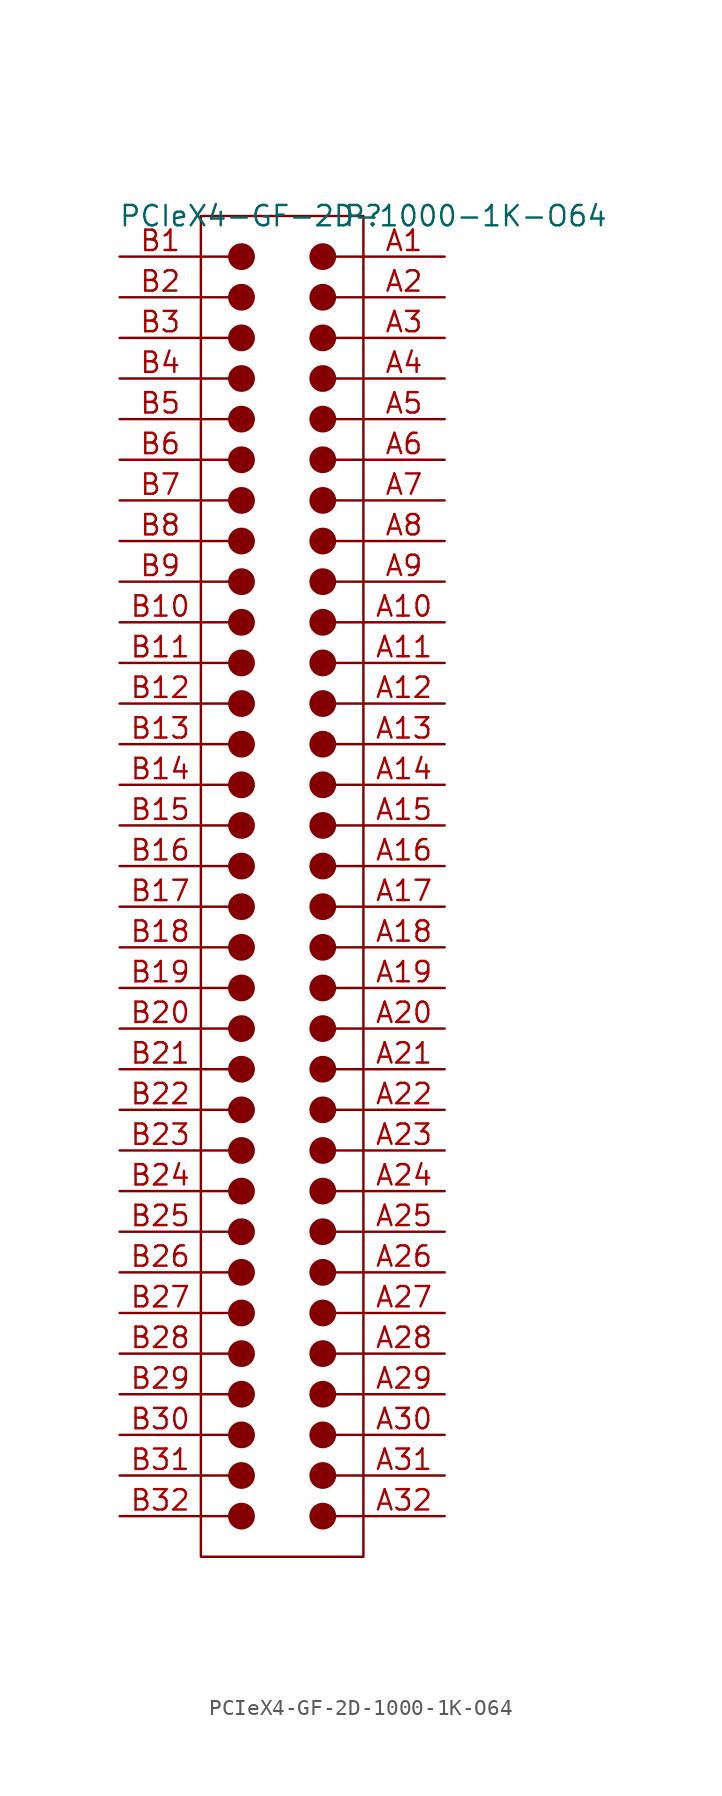
<source format=kicad_sym>
(kicad_symbol_lib
  (version 20241209)
  (generator "kicad_symbol_editor")
  (generator_version "8.99")
  (symbol "PCIeX4-GF-2D-1000-1K-O64"
    (pin_names
      (hide yes))
    (property "Reference" "P"
      (at 0 0 0)
      (effects (font (size 1.27 1.27))))
    (property "Value" "PCIeX4-GF-2D-1000-1K-O64"
      (at 0 0 0)
      (effects (font (size 1.27 1.27))))
    (symbol "PCIeX4-GF-2D-1000-1K-O64_1_0"
      (polyline (pts (xy -10.16 -2.54) (xy -8.382 -2.54)) (stroke (width 0) (type solid)) (fill (type none)))
      (polyline (pts (xy -10.16 -5.08) (xy -8.382 -5.08)) (stroke (width 0) (type solid)) (fill (type none)))
      (polyline (pts (xy -10.16 -7.62) (xy -8.382 -7.62)) (stroke (width 0) (type solid)) (fill (type none)))
      (polyline (pts (xy -10.16 -10.16) (xy -8.382 -10.16)) (stroke (width 0) (type solid)) (fill (type none)))
      (polyline (pts (xy -10.16 -12.7) (xy -8.382 -12.7)) (stroke (width 0) (type solid)) (fill (type none)))
      (polyline (pts (xy -10.16 -15.24) (xy -8.382 -15.24)) (stroke (width 0) (type solid)) (fill (type none)))
      (polyline (pts (xy -10.16 -17.78) (xy -8.382 -17.78)) (stroke (width 0) (type solid)) (fill (type none)))
      (polyline (pts (xy -10.16 -20.32) (xy -8.382 -20.32)) (stroke (width 0) (type solid)) (fill (type none)))
      (polyline (pts (xy -10.16 -22.86) (xy -8.382 -22.86)) (stroke (width 0) (type solid)) (fill (type none)))
      (polyline (pts (xy -10.16 -25.4) (xy -8.382 -25.4)) (stroke (width 0) (type solid)) (fill (type none)))
      (polyline (pts (xy -10.16 -27.94) (xy -8.382 -27.94)) (stroke (width 0) (type solid)) (fill (type none)))
      (polyline (pts (xy -10.16 -30.48) (xy -8.382 -30.48)) (stroke (width 0) (type solid)) (fill (type none)))
      (polyline (pts (xy -10.16 -33.02) (xy -8.382 -33.02)) (stroke (width 0) (type solid)) (fill (type none)))
      (polyline (pts (xy -10.16 -35.56) (xy -8.382 -35.56)) (stroke (width 0) (type solid)) (fill (type none)))
      (polyline (pts (xy -10.16 -38.1) (xy -8.382 -38.1)) (stroke (width 0) (type solid)) (fill (type none)))
      (polyline (pts (xy -10.16 -40.64) (xy -8.382 -40.64)) (stroke (width 0) (type solid)) (fill (type none)))
      (polyline (pts (xy -10.16 -43.18) (xy -8.382 -43.18)) (stroke (width 0) (type solid)) (fill (type none)))
      (polyline (pts (xy -10.16 -45.72) (xy -8.382 -45.72)) (stroke (width 0) (type solid)) (fill (type none)))
      (polyline (pts (xy -10.16 -48.26) (xy -8.382 -48.26)) (stroke (width 0) (type solid)) (fill (type none)))
      (polyline (pts (xy -10.16 -50.8) (xy -8.382 -50.8)) (stroke (width 0) (type solid)) (fill (type none)))
      (polyline (pts (xy -10.16 -53.34) (xy -8.382 -53.34)) (stroke (width 0) (type solid)) (fill (type none)))
      (polyline (pts (xy -10.16 -55.88) (xy -8.382 -55.88)) (stroke (width 0) (type solid)) (fill (type none)))
      (polyline (pts (xy -10.16 -58.42) (xy -8.382 -58.42)) (stroke (width 0) (type solid)) (fill (type none)))
      (polyline (pts (xy -10.16 -60.96) (xy -8.382 -60.96)) (stroke (width 0) (type solid)) (fill (type none)))
      (polyline (pts (xy -10.16 -63.5) (xy -8.382 -63.5)) (stroke (width 0) (type solid)) (fill (type none)))
      (polyline (pts (xy -10.16 -66.04) (xy -8.382 -66.04)) (stroke (width 0) (type solid)) (fill (type none)))
      (polyline (pts (xy -10.16 -68.58) (xy -8.382 -68.58)) (stroke (width 0) (type solid)) (fill (type none)))
      (polyline (pts (xy -10.16 -71.12) (xy -8.382 -71.12)) (stroke (width 0) (type solid)) (fill (type none)))
      (polyline (pts (xy -10.16 -73.66) (xy -8.382 -73.66)) (stroke (width 0) (type solid)) (fill (type none)))
      (polyline (pts (xy -10.16 -76.2) (xy -8.382 -76.2)) (stroke (width 0) (type solid)) (fill (type none)))
      (polyline (pts (xy -10.16 -78.74) (xy -8.382 -78.74)) (stroke (width 0) (type solid)) (fill (type none)))
      (polyline (pts (xy -10.16 -81.28) (xy -8.382 -81.28)) (stroke (width 0) (type solid)) (fill (type none)))
      (circle (center -7.62 -2.54) (radius 0.762) (stroke (width 0) (type solid)) (fill (type outline)))
      (circle (center -7.62 -5.08) (radius 0.762) (stroke (width 0) (type solid)) (fill (type outline)))
      (circle (center -7.62 -7.62) (radius 0.762) (stroke (width 0) (type solid)) (fill (type outline)))
      (circle (center -7.62 -10.16) (radius 0.762) (stroke (width 0) (type solid)) (fill (type outline)))
      (circle (center -7.62 -12.7) (radius 0.762) (stroke (width 0) (type solid)) (fill (type outline)))
      (circle (center -7.62 -15.24) (radius 0.762) (stroke (width 0) (type solid)) (fill (type outline)))
      (circle (center -7.62 -17.78) (radius 0.762) (stroke (width 0) (type solid)) (fill (type outline)))
      (circle (center -7.62 -20.32) (radius 0.762) (stroke (width 0) (type solid)) (fill (type outline)))
      (circle (center -7.62 -22.86) (radius 0.762) (stroke (width 0) (type solid)) (fill (type outline)))
      (circle (center -7.62 -25.4) (radius 0.762) (stroke (width 0) (type solid)) (fill (type outline)))
      (circle (center -7.62 -27.94) (radius 0.762) (stroke (width 0) (type solid)) (fill (type outline)))
      (circle (center -7.62 -30.48) (radius 0.762) (stroke (width 0) (type solid)) (fill (type outline)))
      (circle (center -7.62 -33.02) (radius 0.762) (stroke (width 0) (type solid)) (fill (type outline)))
      (circle (center -7.62 -35.56) (radius 0.762) (stroke (width 0) (type solid)) (fill (type outline)))
      (circle (center -7.62 -38.1) (radius 0.762) (stroke (width 0) (type solid)) (fill (type outline)))
      (circle (center -7.62 -40.64) (radius 0.762) (stroke (width 0) (type solid)) (fill (type outline)))
      (circle (center -7.62 -43.18) (radius 0.762) (stroke (width 0) (type solid)) (fill (type outline)))
      (circle (center -7.62 -45.72) (radius 0.762) (stroke (width 0) (type solid)) (fill (type outline)))
      (circle (center -7.62 -48.26) (radius 0.762) (stroke (width 0) (type solid)) (fill (type outline)))
      (circle (center -7.62 -50.8) (radius 0.762) (stroke (width 0) (type solid)) (fill (type outline)))
      (circle (center -7.62 -53.34) (radius 0.762) (stroke (width 0) (type solid)) (fill (type outline)))
      (circle (center -7.62 -55.88) (radius 0.762) (stroke (width 0) (type solid)) (fill (type outline)))
      (circle (center -7.62 -58.42) (radius 0.762) (stroke (width 0) (type solid)) (fill (type outline)))
      (circle (center -7.62 -60.96) (radius 0.762) (stroke (width 0) (type solid)) (fill (type outline)))
      (circle (center -7.62 -63.5) (radius 0.762) (stroke (width 0) (type solid)) (fill (type outline)))
      (circle (center -7.62 -66.04) (radius 0.762) (stroke (width 0) (type solid)) (fill (type outline)))
      (circle (center -7.62 -68.58) (radius 0.762) (stroke (width 0) (type solid)) (fill (type outline)))
      (circle (center -7.62 -71.12) (radius 0.762) (stroke (width 0) (type solid)) (fill (type outline)))
      (circle (center -7.62 -73.66) (radius 0.762) (stroke (width 0) (type solid)) (fill (type outline)))
      (circle (center -7.62 -76.2) (radius 0.762) (stroke (width 0) (type solid)) (fill (type outline)))
      (circle (center -7.62 -78.74) (radius 0.762) (stroke (width 0) (type solid)) (fill (type outline)))
      (circle (center -7.62 -81.28) (radius 0.762) (stroke (width 0) (type solid)) (fill (type outline)))
      (circle (center -2.54 -2.54) (radius 0.762) (stroke (width 0) (type solid)) (fill (type outline)))
      (circle (center -2.54 -5.08) (radius 0.762) (stroke (width 0) (type solid)) (fill (type outline)))
      (circle (center -2.54 -7.62) (radius 0.762) (stroke (width 0) (type solid)) (fill (type outline)))
      (circle (center -2.54 -10.16) (radius 0.762) (stroke (width 0) (type solid)) (fill (type outline)))
      (circle (center -2.54 -12.7) (radius 0.762) (stroke (width 0) (type solid)) (fill (type outline)))
      (circle (center -2.54 -15.24) (radius 0.762) (stroke (width 0) (type solid)) (fill (type outline)))
      (circle (center -2.54 -17.78) (radius 0.762) (stroke (width 0) (type solid)) (fill (type outline)))
      (circle (center -2.54 -20.32) (radius 0.762) (stroke (width 0) (type solid)) (fill (type outline)))
      (circle (center -2.54 -22.86) (radius 0.762) (stroke (width 0) (type solid)) (fill (type outline)))
      (circle (center -2.54 -25.4) (radius 0.762) (stroke (width 0) (type solid)) (fill (type outline)))
      (circle (center -2.54 -27.94) (radius 0.762) (stroke (width 0) (type solid)) (fill (type outline)))
      (circle (center -2.54 -30.48) (radius 0.762) (stroke (width 0) (type solid)) (fill (type outline)))
      (circle (center -2.54 -33.02) (radius 0.762) (stroke (width 0) (type solid)) (fill (type outline)))
      (circle (center -2.54 -35.56) (radius 0.762) (stroke (width 0) (type solid)) (fill (type outline)))
      (circle (center -2.54 -38.1) (radius 0.762) (stroke (width 0) (type solid)) (fill (type outline)))
      (circle (center -2.54 -40.64) (radius 0.762) (stroke (width 0) (type solid)) (fill (type outline)))
      (circle (center -2.54 -43.18) (radius 0.762) (stroke (width 0) (type solid)) (fill (type outline)))
      (circle (center -2.54 -45.72) (radius 0.762) (stroke (width 0) (type solid)) (fill (type outline)))
      (circle (center -2.54 -48.26) (radius 0.762) (stroke (width 0) (type solid)) (fill (type outline)))
      (circle (center -2.54 -50.8) (radius 0.762) (stroke (width 0) (type solid)) (fill (type outline)))
      (circle (center -2.54 -53.34) (radius 0.762) (stroke (width 0) (type solid)) (fill (type outline)))
      (circle (center -2.54 -55.88) (radius 0.762) (stroke (width 0) (type solid)) (fill (type outline)))
      (circle (center -2.54 -58.42) (radius 0.762) (stroke (width 0) (type solid)) (fill (type outline)))
      (circle (center -2.54 -60.96) (radius 0.762) (stroke (width 0) (type solid)) (fill (type outline)))
      (circle (center -2.54 -63.5) (radius 0.762) (stroke (width 0) (type solid)) (fill (type outline)))
      (circle (center -2.54 -66.04) (radius 0.762) (stroke (width 0) (type solid)) (fill (type outline)))
      (circle (center -2.54 -68.58) (radius 0.762) (stroke (width 0) (type solid)) (fill (type outline)))
      (circle (center -2.54 -71.12) (radius 0.762) (stroke (width 0) (type solid)) (fill (type outline)))
      (circle (center -2.54 -73.66) (radius 0.762) (stroke (width 0) (type solid)) (fill (type outline)))
      (circle (center -2.54 -76.2) (radius 0.762) (stroke (width 0) (type solid)) (fill (type outline)))
      (circle (center -2.54 -78.74) (radius 0.762) (stroke (width 0) (type solid)) (fill (type outline)))
      (circle (center -2.54 -81.28) (radius 0.762) (stroke (width 0) (type solid)) (fill (type outline)))
      (rectangle (start 0 0) (end -10.16 -83.82) (stroke (width 0) (type solid)) (fill (type none)))
      (polyline (pts (xy 0 -2.54) (xy -1.778 -2.54)) (stroke (width 0) (type solid)) (fill (type none)))
      (polyline (pts (xy 0 -5.08) (xy -1.778 -5.08)) (stroke (width 0) (type solid)) (fill (type none)))
      (polyline (pts (xy 0 -7.62) (xy -1.778 -7.62)) (stroke (width 0) (type solid)) (fill (type none)))
      (polyline (pts (xy 0 -10.16) (xy -1.778 -10.16)) (stroke (width 0) (type solid)) (fill (type none)))
      (polyline (pts (xy 0 -12.7) (xy -1.778 -12.7)) (stroke (width 0) (type solid)) (fill (type none)))
      (polyline (pts (xy 0 -15.24) (xy -1.778 -15.24)) (stroke (width 0) (type solid)) (fill (type none)))
      (polyline (pts (xy 0 -17.78) (xy -1.778 -17.78)) (stroke (width 0) (type solid)) (fill (type none)))
      (polyline (pts (xy 0 -20.32) (xy -1.778 -20.32)) (stroke (width 0) (type solid)) (fill (type none)))
      (polyline (pts (xy 0 -22.86) (xy -1.778 -22.86)) (stroke (width 0) (type solid)) (fill (type none)))
      (polyline (pts (xy 0 -25.4) (xy -1.778 -25.4)) (stroke (width 0) (type solid)) (fill (type none)))
      (polyline (pts (xy 0 -27.94) (xy -1.778 -27.94)) (stroke (width 0) (type solid)) (fill (type none)))
      (polyline (pts (xy 0 -30.48) (xy -1.778 -30.48)) (stroke (width 0) (type solid)) (fill (type none)))
      (polyline (pts (xy 0 -33.02) (xy -1.778 -33.02)) (stroke (width 0) (type solid)) (fill (type none)))
      (polyline (pts (xy 0 -35.56) (xy -1.778 -35.56)) (stroke (width 0) (type solid)) (fill (type none)))
      (polyline (pts (xy 0 -38.1) (xy -1.778 -38.1)) (stroke (width 0) (type solid)) (fill (type none)))
      (polyline (pts (xy 0 -40.64) (xy -1.778 -40.64)) (stroke (width 0) (type solid)) (fill (type none)))
      (polyline (pts (xy 0 -43.18) (xy -1.778 -43.18)) (stroke (width 0) (type solid)) (fill (type none)))
      (polyline (pts (xy 0 -45.72) (xy -1.778 -45.72)) (stroke (width 0) (type solid)) (fill (type none)))
      (polyline (pts (xy 0 -48.26) (xy -1.778 -48.26)) (stroke (width 0) (type solid)) (fill (type none)))
      (polyline (pts (xy 0 -50.8) (xy -1.778 -50.8)) (stroke (width 0) (type solid)) (fill (type none)))
      (polyline (pts (xy 0 -53.34) (xy -1.778 -53.34)) (stroke (width 0) (type solid)) (fill (type none)))
      (polyline (pts (xy 0 -55.88) (xy -1.778 -55.88)) (stroke (width 0) (type solid)) (fill (type none)))
      (polyline (pts (xy 0 -58.42) (xy -1.778 -58.42)) (stroke (width 0) (type solid)) (fill (type none)))
      (polyline (pts (xy 0 -60.96) (xy -1.778 -60.96)) (stroke (width 0) (type solid)) (fill (type none)))
      (polyline (pts (xy 0 -63.5) (xy -1.778 -63.5)) (stroke (width 0) (type solid)) (fill (type none)))
      (polyline (pts (xy 0 -66.04) (xy -1.778 -66.04)) (stroke (width 0) (type solid)) (fill (type none)))
      (polyline (pts (xy 0 -68.58) (xy -1.778 -68.58)) (stroke (width 0) (type solid)) (fill (type none)))
      (polyline (pts (xy 0 -71.12) (xy -1.778 -71.12)) (stroke (width 0) (type solid)) (fill (type none)))
      (polyline (pts (xy 0 -73.66) (xy -1.778 -73.66)) (stroke (width 0) (type solid)) (fill (type none)))
      (polyline (pts (xy 0 -76.2) (xy -1.778 -76.2)) (stroke (width 0) (type solid)) (fill (type none)))
      (polyline (pts (xy 0 -78.74) (xy -1.778 -78.74)) (stroke (width 0) (type solid)) (fill (type none)))
      (polyline (pts (xy 0 -81.28) (xy -1.778 -81.28)) (stroke (width 0) (type solid)) (fill (type none)))
      (pin passive line (at -15.24 -2.54 0) (length 5.08) (name "B1" (effects (font (size 1.27 1.27)))) (number "B1" (effects (font (size 1.27 1.27)))))
      (pin passive line (at -15.24 -5.08 0) (length 5.08) (name "B2" (effects (font (size 1.27 1.27)))) (number "B2" (effects (font (size 1.27 1.27)))))
      (pin passive line (at -15.24 -7.62 0) (length 5.08) (name "B3" (effects (font (size 1.27 1.27)))) (number "B3" (effects (font (size 1.27 1.27)))))
      (pin passive line (at -15.24 -10.16 0) (length 5.08) (name "B4" (effects (font (size 1.27 1.27)))) (number "B4" (effects (font (size 1.27 1.27)))))
      (pin passive line (at -15.24 -12.7 0) (length 5.08) (name "B5" (effects (font (size 1.27 1.27)))) (number "B5" (effects (font (size 1.27 1.27)))))
      (pin passive line (at -15.24 -15.24 0) (length 5.08) (name "B6" (effects (font (size 1.27 1.27)))) (number "B6" (effects (font (size 1.27 1.27)))))
      (pin passive line (at -15.24 -17.78 0) (length 5.08) (name "B7" (effects (font (size 1.27 1.27)))) (number "B7" (effects (font (size 1.27 1.27)))))
      (pin passive line (at -15.24 -20.32 0) (length 5.08) (name "B8" (effects (font (size 1.27 1.27)))) (number "B8" (effects (font (size 1.27 1.27)))))
      (pin passive line (at -15.24 -22.86 0) (length 5.08) (name "B9" (effects (font (size 1.27 1.27)))) (number "B9" (effects (font (size 1.27 1.27)))))
      (pin passive line (at -15.24 -25.4 0) (length 5.08) (name "B10" (effects (font (size 1.27 1.27)))) (number "B10" (effects (font (size 1.27 1.27)))))
      (pin passive line (at -15.24 -27.94 0) (length 5.08) (name "B11" (effects (font (size 1.27 1.27)))) (number "B11" (effects (font (size 1.27 1.27)))))
      (pin passive line (at -15.24 -30.48 0) (length 5.08) (name "B12" (effects (font (size 1.27 1.27)))) (number "B12" (effects (font (size 1.27 1.27)))))
      (pin passive line (at -15.24 -33.02 0) (length 5.08) (name "B13" (effects (font (size 1.27 1.27)))) (number "B13" (effects (font (size 1.27 1.27)))))
      (pin passive line (at -15.24 -35.56 0) (length 5.08) (name "B14" (effects (font (size 1.27 1.27)))) (number "B14" (effects (font (size 1.27 1.27)))))
      (pin passive line (at -15.24 -38.1 0) (length 5.08) (name "B15" (effects (font (size 1.27 1.27)))) (number "B15" (effects (font (size 1.27 1.27)))))
      (pin passive line (at -15.24 -40.64 0) (length 5.08) (name "B16" (effects (font (size 1.27 1.27)))) (number "B16" (effects (font (size 1.27 1.27)))))
      (pin passive line (at -15.24 -43.18 0) (length 5.08) (name "B17" (effects (font (size 1.27 1.27)))) (number "B17" (effects (font (size 1.27 1.27)))))
      (pin passive line (at -15.24 -45.72 0) (length 5.08) (name "B18" (effects (font (size 1.27 1.27)))) (number "B18" (effects (font (size 1.27 1.27)))))
      (pin passive line (at -15.24 -48.26 0) (length 5.08) (name "B19" (effects (font (size 1.27 1.27)))) (number "B19" (effects (font (size 1.27 1.27)))))
      (pin passive line (at -15.24 -50.8 0) (length 5.08) (name "B20" (effects (font (size 1.27 1.27)))) (number "B20" (effects (font (size 1.27 1.27)))))
      (pin passive line (at -15.24 -53.34 0) (length 5.08) (name "B21" (effects (font (size 1.27 1.27)))) (number "B21" (effects (font (size 1.27 1.27)))))
      (pin passive line (at -15.24 -55.88 0) (length 5.08) (name "B22" (effects (font (size 1.27 1.27)))) (number "B22" (effects (font (size 1.27 1.27)))))
      (pin passive line (at -15.24 -58.42 0) (length 5.08) (name "B23" (effects (font (size 1.27 1.27)))) (number "B23" (effects (font (size 1.27 1.27)))))
      (pin passive line (at -15.24 -60.96 0) (length 5.08) (name "B24" (effects (font (size 1.27 1.27)))) (number "B24" (effects (font (size 1.27 1.27)))))
      (pin passive line (at -15.24 -63.5 0) (length 5.08) (name "B25" (effects (font (size 1.27 1.27)))) (number "B25" (effects (font (size 1.27 1.27)))))
      (pin passive line (at -15.24 -66.04 0) (length 5.08) (name "B26" (effects (font (size 1.27 1.27)))) (number "B26" (effects (font (size 1.27 1.27)))))
      (pin passive line (at -15.24 -68.58 0) (length 5.08) (name "B27" (effects (font (size 1.27 1.27)))) (number "B27" (effects (font (size 1.27 1.27)))))
      (pin passive line (at -15.24 -71.12 0) (length 5.08) (name "B28" (effects (font (size 1.27 1.27)))) (number "B28" (effects (font (size 1.27 1.27)))))
      (pin passive line (at -15.24 -73.66 0) (length 5.08) (name "B29" (effects (font (size 1.27 1.27)))) (number "B29" (effects (font (size 1.27 1.27)))))
      (pin passive line (at -15.24 -76.2 0) (length 5.08) (name "B30" (effects (font (size 1.27 1.27)))) (number "B30" (effects (font (size 1.27 1.27)))))
      (pin passive line (at -15.24 -78.74 0) (length 5.08) (name "B31" (effects (font (size 1.27 1.27)))) (number "B31" (effects (font (size 1.27 1.27)))))
      (pin passive line (at -15.24 -81.28 0) (length 5.08) (name "B32" (effects (font (size 1.27 1.27)))) (number "B32" (effects (font (size 1.27 1.27)))))
      (pin passive line (at 5.08 -2.54 180) (length 5.08) (name "A1" (effects (font (size 1.27 1.27)))) (number "A1" (effects (font (size 1.27 1.27)))))
      (pin passive line (at 5.08 -5.08 180) (length 5.08) (name "A2" (effects (font (size 1.27 1.27)))) (number "A2" (effects (font (size 1.27 1.27)))))
      (pin passive line (at 5.08 -7.62 180) (length 5.08) (name "A3" (effects (font (size 1.27 1.27)))) (number "A3" (effects (font (size 1.27 1.27)))))
      (pin passive line (at 5.08 -10.16 180) (length 5.08) (name "A4" (effects (font (size 1.27 1.27)))) (number "A4" (effects (font (size 1.27 1.27)))))
      (pin passive line (at 5.08 -12.7 180) (length 5.08) (name "A5" (effects (font (size 1.27 1.27)))) (number "A5" (effects (font (size 1.27 1.27)))))
      (pin passive line (at 5.08 -15.24 180) (length 5.08) (name "A6" (effects (font (size 1.27 1.27)))) (number "A6" (effects (font (size 1.27 1.27)))))
      (pin passive line (at 5.08 -17.78 180) (length 5.08) (name "A7" (effects (font (size 1.27 1.27)))) (number "A7" (effects (font (size 1.27 1.27)))))
      (pin passive line (at 5.08 -20.32 180) (length 5.08) (name "A8" (effects (font (size 1.27 1.27)))) (number "A8" (effects (font (size 1.27 1.27)))))
      (pin passive line (at 5.08 -22.86 180) (length 5.08) (name "A9" (effects (font (size 1.27 1.27)))) (number "A9" (effects (font (size 1.27 1.27)))))
      (pin passive line (at 5.08 -25.4 180) (length 5.08) (name "A10" (effects (font (size 1.27 1.27)))) (number "A10" (effects (font (size 1.27 1.27)))))
      (pin passive line (at 5.08 -27.94 180) (length 5.08) (name "A11" (effects (font (size 1.27 1.27)))) (number "A11" (effects (font (size 1.27 1.27)))))
      (pin passive line (at 5.08 -30.48 180) (length 5.08) (name "A12" (effects (font (size 1.27 1.27)))) (number "A12" (effects (font (size 1.27 1.27)))))
      (pin passive line (at 5.08 -33.02 180) (length 5.08) (name "A13" (effects (font (size 1.27 1.27)))) (number "A13" (effects (font (size 1.27 1.27)))))
      (pin passive line (at 5.08 -35.56 180) (length 5.08) (name "A14" (effects (font (size 1.27 1.27)))) (number "A14" (effects (font (size 1.27 1.27)))))
      (pin passive line (at 5.08 -38.1 180) (length 5.08) (name "A15" (effects (font (size 1.27 1.27)))) (number "A15" (effects (font (size 1.27 1.27)))))
      (pin passive line (at 5.08 -40.64 180) (length 5.08) (name "A16" (effects (font (size 1.27 1.27)))) (number "A16" (effects (font (size 1.27 1.27)))))
      (pin passive line (at 5.08 -43.18 180) (length 5.08) (name "A17" (effects (font (size 1.27 1.27)))) (number "A17" (effects (font (size 1.27 1.27)))))
      (pin passive line (at 5.08 -45.72 180) (length 5.08) (name "A18" (effects (font (size 1.27 1.27)))) (number "A18" (effects (font (size 1.27 1.27)))))
      (pin passive line (at 5.08 -48.26 180) (length 5.08) (name "A19" (effects (font (size 1.27 1.27)))) (number "A19" (effects (font (size 1.27 1.27)))))
      (pin passive line (at 5.08 -50.8 180) (length 5.08) (name "A20" (effects (font (size 1.27 1.27)))) (number "A20" (effects (font (size 1.27 1.27)))))
      (pin passive line (at 5.08 -53.34 180) (length 5.08) (name "A21" (effects (font (size 1.27 1.27)))) (number "A21" (effects (font (size 1.27 1.27)))))
      (pin passive line (at 5.08 -55.88 180) (length 5.08) (name "A22" (effects (font (size 1.27 1.27)))) (number "A22" (effects (font (size 1.27 1.27)))))
      (pin passive line (at 5.08 -58.42 180) (length 5.08) (name "A23" (effects (font (size 1.27 1.27)))) (number "A23" (effects (font (size 1.27 1.27)))))
      (pin passive line (at 5.08 -60.96 180) (length 5.08) (name "A24" (effects (font (size 1.27 1.27)))) (number "A24" (effects (font (size 1.27 1.27)))))
      (pin passive line (at 5.08 -63.5 180) (length 5.08) (name "A25" (effects (font (size 1.27 1.27)))) (number "A25" (effects (font (size 1.27 1.27)))))
      (pin passive line (at 5.08 -66.04 180) (length 5.08) (name "A26" (effects (font (size 1.27 1.27)))) (number "A26" (effects (font (size 1.27 1.27)))))
      (pin passive line (at 5.08 -68.58 180) (length 5.08) (name "A27" (effects (font (size 1.27 1.27)))) (number "A27" (effects (font (size 1.27 1.27)))))
      (pin passive line (at 5.08 -71.12 180) (length 5.08) (name "A28" (effects (font (size 1.27 1.27)))) (number "A28" (effects (font (size 1.27 1.27)))))
      (pin passive line (at 5.08 -73.66 180) (length 5.08) (name "A29" (effects (font (size 1.27 1.27)))) (number "A29" (effects (font (size 1.27 1.27)))))
      (pin passive line (at 5.08 -76.2 180) (length 5.08) (name "A30" (effects (font (size 1.27 1.27)))) (number "A30" (effects (font (size 1.27 1.27)))))
      (pin passive line (at 5.08 -78.74 180) (length 5.08) (name "A31" (effects (font (size 1.27 1.27)))) (number "A31" (effects (font (size 1.27 1.27)))))
      (pin passive line (at 5.08 -81.28 180) (length 5.08) (name "A32" (effects (font (size 1.27 1.27)))) (number "A32" (effects (font (size 1.27 1.27))))))))
</source>
